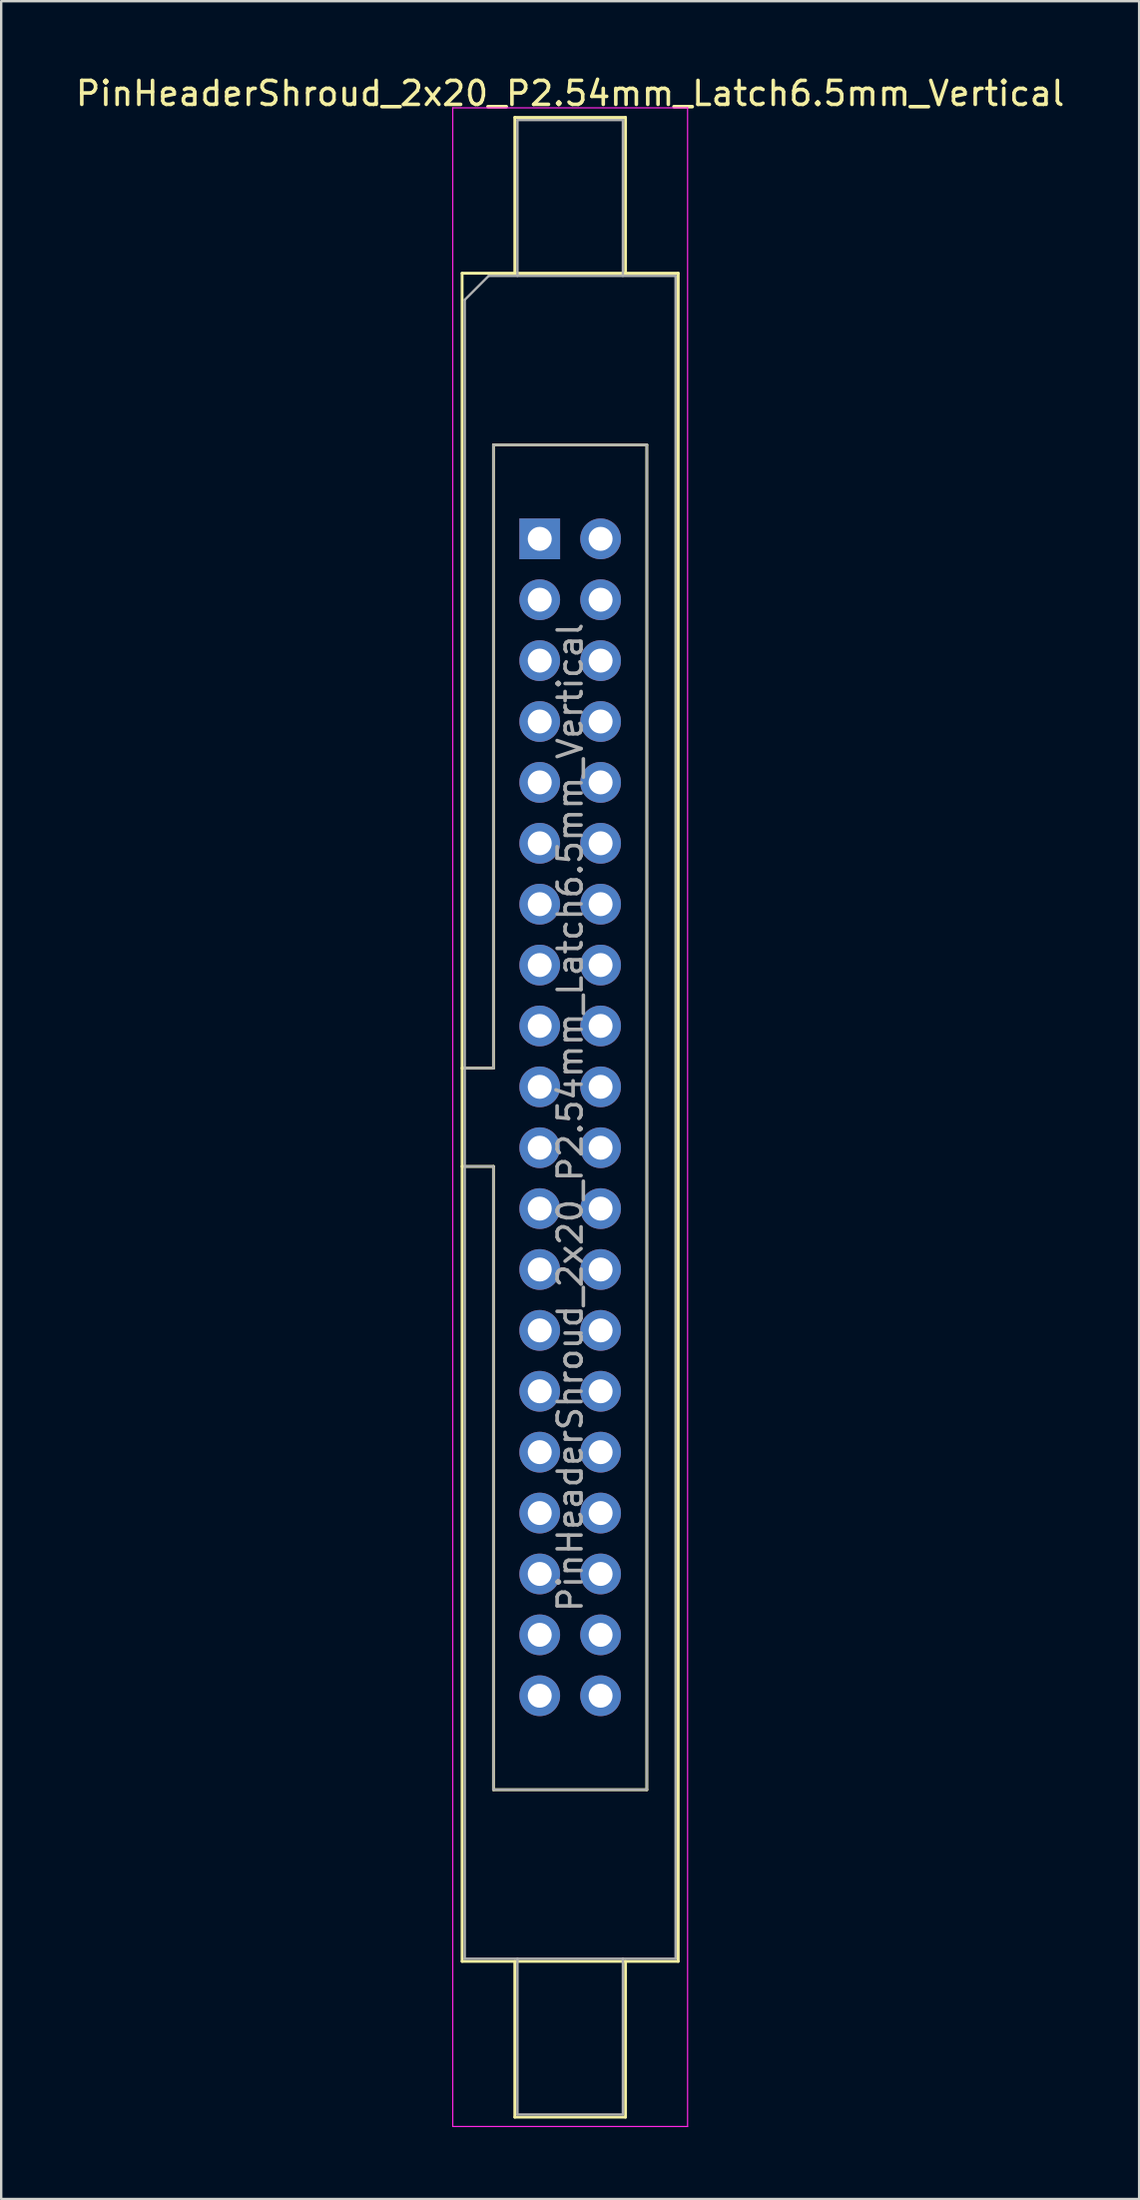
<source format=kicad_pcb>
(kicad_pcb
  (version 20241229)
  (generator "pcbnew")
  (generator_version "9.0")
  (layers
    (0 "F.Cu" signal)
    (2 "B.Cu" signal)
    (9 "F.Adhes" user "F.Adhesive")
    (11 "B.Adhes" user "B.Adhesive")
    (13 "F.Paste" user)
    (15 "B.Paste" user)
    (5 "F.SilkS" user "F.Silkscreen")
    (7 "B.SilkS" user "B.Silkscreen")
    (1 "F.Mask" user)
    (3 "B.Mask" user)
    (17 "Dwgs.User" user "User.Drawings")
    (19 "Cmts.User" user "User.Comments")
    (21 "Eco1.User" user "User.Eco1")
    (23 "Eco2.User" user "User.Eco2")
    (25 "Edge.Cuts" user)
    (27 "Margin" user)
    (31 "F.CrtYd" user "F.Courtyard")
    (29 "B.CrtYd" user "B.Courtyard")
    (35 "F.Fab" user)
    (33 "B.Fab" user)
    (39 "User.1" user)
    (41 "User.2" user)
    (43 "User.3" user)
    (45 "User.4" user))
  (footprint "PinHeaderShroud_2x20_P2.54mm_Latch6.5mm_Vertical"
    (layer "F.Cu")
    (at 19.474 19.428)
    (property "Reference" "PinHeaderShroud_2x20_P2.54mm_Latch6.5mm_Vertical" (at 1.27 -18.58 0) (layer "F.SilkS") (effects (font (size 1 1) (thickness 0.15))))
    (attr through_hole)
    (fp_line (start -3.24 -11.08) (end 5.78 -11.08) (stroke (width 0.12) (type solid)) (layer "F.SilkS"))
    (fp_line (start -3.24 22.08) (end -1.93 22.08) (stroke (width 0.12) (type solid)) (layer "F.SilkS"))
    (fp_line (start -3.24 26.18) (end -1.93 26.18) (stroke (width 0.12) (type solid)) (layer "F.SilkS"))
    (fp_line (start -3.24 59.34) (end -3.24 -11.08) (stroke (width 0.12) (type solid)) (layer "F.SilkS"))
    (fp_line (start -1.93 -3.92) (end 4.47 -3.92) (stroke (width 0.12) (type solid)) (layer "F.SilkS"))
    (fp_line (start -1.93 22.08) (end -1.93 -3.92) (stroke (width 0.12) (type solid)) (layer "F.SilkS"))
    (fp_line (start -1.93 52.18) (end -1.93 26.18) (stroke (width 0.12) (type solid)) (layer "F.SilkS"))
    (fp_line (start -1.04 -17.58) (end 3.58 -17.58) (stroke (width 0.12) (type solid)) (layer "F.SilkS"))
    (fp_line (start -1.04 -11.08) (end -1.04 -17.58) (stroke (width 0.12) (type solid)) (layer "F.SilkS"))
    (fp_line (start -1.04 59.34) (end -1.04 65.84) (stroke (width 0.12) (type solid)) (layer "F.SilkS"))
    (fp_line (start -1.04 65.84) (end 3.58 65.84) (stroke (width 0.12) (type solid)) (layer "F.SilkS"))
    (fp_line (start 3.58 -17.58) (end 3.58 -11.08) (stroke (width 0.12) (type solid)) (layer "F.SilkS"))
    (fp_line (start 3.58 65.84) (end 3.58 59.34) (stroke (width 0.12) (type solid)) (layer "F.SilkS"))
    (fp_line (start 4.47 -3.92) (end 4.47 52.18) (stroke (width 0.12) (type solid)) (layer "F.SilkS"))
    (fp_line (start 4.47 52.18) (end -1.93 52.18) (stroke (width 0.12) (type solid)) (layer "F.SilkS"))
    (fp_line (start 5.78 -11.08) (end 5.78 59.34) (stroke (width 0.12) (type solid)) (layer "F.SilkS"))
    (fp_line (start 5.78 59.34) (end -3.24 59.34) (stroke (width 0.12) (type solid)) (layer "F.SilkS"))
    (fp_line (start -3.63 -17.98) (end -3.63 66.23) (stroke (width 0.05) (type solid)) (layer "F.CrtYd"))
    (fp_line (start -3.63 66.23) (end 6.17 66.23) (stroke (width 0.05) (type solid)) (layer "F.CrtYd"))
    (fp_line (start 6.17 -17.98) (end -3.63 -17.98) (stroke (width 0.05) (type solid)) (layer "F.CrtYd"))
    (fp_line (start 6.17 66.23) (end 6.17 -17.98) (stroke (width 0.05) (type solid)) (layer "F.CrtYd"))
    (fp_line (start -3.13 -9.97) (end -2.13 -10.97) (stroke (width 0.1) (type solid)) (layer "F.Fab"))
    (fp_line (start -3.13 22.08) (end -1.93 22.08) (stroke (width 0.1) (type solid)) (layer "F.Fab"))
    (fp_line (start -3.13 26.18) (end -1.93 26.18) (stroke (width 0.1) (type solid)) (layer "F.Fab"))
    (fp_line (start -3.13 59.23) (end -3.13 -9.97) (stroke (width 0.1) (type solid)) (layer "F.Fab"))
    (fp_line (start -2.13 -10.97) (end 5.67 -10.97) (stroke (width 0.1) (type solid)) (layer "F.Fab"))
    (fp_line (start -1.93 -3.92) (end 4.47 -3.92) (stroke (width 0.1) (type solid)) (layer "F.Fab"))
    (fp_line (start -1.93 22.08) (end -1.93 -3.92) (stroke (width 0.1) (type solid)) (layer "F.Fab"))
    (fp_line (start -1.93 52.18) (end -1.93 26.18) (stroke (width 0.1) (type solid)) (layer "F.Fab"))
    (fp_line (start -0.93 -17.47) (end 3.47 -17.47) (stroke (width 0.1) (type solid)) (layer "F.Fab"))
    (fp_line (start -0.93 -10.97) (end -0.93 -17.47) (stroke (width 0.1) (type solid)) (layer "F.Fab"))
    (fp_line (start -0.93 59.23) (end -0.93 65.73) (stroke (width 0.1) (type solid)) (layer "F.Fab"))
    (fp_line (start -0.93 65.73) (end 3.47 65.73) (stroke (width 0.1) (type solid)) (layer "F.Fab"))
    (fp_line (start 3.47 -17.47) (end 3.47 -10.97) (stroke (width 0.1) (type solid)) (layer "F.Fab"))
    (fp_line (start 3.47 65.73) (end 3.47 59.23) (stroke (width 0.1) (type solid)) (layer "F.Fab"))
    (fp_line (start 4.47 -3.92) (end 4.47 52.18) (stroke (width 0.1) (type solid)) (layer "F.Fab"))
    (fp_line (start 4.47 52.18) (end -1.93 52.18) (stroke (width 0.1) (type solid)) (layer "F.Fab"))
    (fp_line (start 5.67 -10.97) (end 5.67 59.23) (stroke (width 0.1) (type solid)) (layer "F.Fab"))
    (fp_line (start 5.67 59.23) (end -3.13 59.23) (stroke (width 0.1) (type solid)) (layer "F.Fab"))
    (fp_text user "${REFERENCE}" (at 1.27 24.13 90) (layer "F.Fab") (effects (font (size 1 1) (thickness 0.15))))
    (pad "1" thru_hole rect (at 0 0) (size 1.7 1.7) (drill 1) (layers "*.Cu" "*.Mask"))
    (pad "2" thru_hole circle (at 2.54 0) (size 1.7 1.7) (drill 1) (layers "*.Cu" "*.Mask"))
    (pad "3" thru_hole circle (at 0 2.54) (size 1.7 1.7) (drill 1) (layers "*.Cu" "*.Mask"))
    (pad "4" thru_hole circle (at 2.54 2.54) (size 1.7 1.7) (drill 1) (layers "*.Cu" "*.Mask"))
    (pad "5" thru_hole circle (at 0 5.08) (size 1.7 1.7) (drill 1) (layers "*.Cu" "*.Mask"))
    (pad "6" thru_hole circle (at 2.54 5.08) (size 1.7 1.7) (drill 1) (layers "*.Cu" "*.Mask"))
    (pad "7" thru_hole circle (at 0 7.62) (size 1.7 1.7) (drill 1) (layers "*.Cu" "*.Mask"))
    (pad "8" thru_hole circle (at 2.54 7.62) (size 1.7 1.7) (drill 1) (layers "*.Cu" "*.Mask"))
    (pad "9" thru_hole circle (at 0 10.16) (size 1.7 1.7) (drill 1) (layers "*.Cu" "*.Mask"))
    (pad "10" thru_hole circle (at 2.54 10.16) (size 1.7 1.7) (drill 1) (layers "*.Cu" "*.Mask"))
    (pad "11" thru_hole circle (at 0 12.7) (size 1.7 1.7) (drill 1) (layers "*.Cu" "*.Mask"))
    (pad "12" thru_hole circle (at 2.54 12.7) (size 1.7 1.7) (drill 1) (layers "*.Cu" "*.Mask"))
    (pad "13" thru_hole circle (at 0 15.24) (size 1.7 1.7) (drill 1) (layers "*.Cu" "*.Mask"))
    (pad "14" thru_hole circle (at 2.54 15.24) (size 1.7 1.7) (drill 1) (layers "*.Cu" "*.Mask"))
    (pad "15" thru_hole circle (at 0 17.78) (size 1.7 1.7) (drill 1) (layers "*.Cu" "*.Mask"))
    (pad "16" thru_hole circle (at 2.54 17.78) (size 1.7 1.7) (drill 1) (layers "*.Cu" "*.Mask"))
    (pad "17" thru_hole circle (at 0 20.32) (size 1.7 1.7) (drill 1) (layers "*.Cu" "*.Mask"))
    (pad "18" thru_hole circle (at 2.54 20.32) (size 1.7 1.7) (drill 1) (layers "*.Cu" "*.Mask"))
    (pad "19" thru_hole circle (at 0 22.86) (size 1.7 1.7) (drill 1) (layers "*.Cu" "*.Mask"))
    (pad "20" thru_hole circle (at 2.54 22.86) (size 1.7 1.7) (drill 1) (layers "*.Cu" "*.Mask"))
    (pad "21" thru_hole circle (at 0 25.4) (size 1.7 1.7) (drill 1) (layers "*.Cu" "*.Mask"))
    (pad "22" thru_hole circle (at 2.54 25.4) (size 1.7 1.7) (drill 1) (layers "*.Cu" "*.Mask"))
    (pad "23" thru_hole circle (at 0 27.94) (size 1.7 1.7) (drill 1) (layers "*.Cu" "*.Mask"))
    (pad "24" thru_hole circle (at 2.54 27.94) (size 1.7 1.7) (drill 1) (layers "*.Cu" "*.Mask"))
    (pad "25" thru_hole circle (at 0 30.48) (size 1.7 1.7) (drill 1) (layers "*.Cu" "*.Mask"))
    (pad "26" thru_hole circle (at 2.54 30.48) (size 1.7 1.7) (drill 1) (layers "*.Cu" "*.Mask"))
    (pad "27" thru_hole circle (at 0 33.02) (size 1.7 1.7) (drill 1) (layers "*.Cu" "*.Mask"))
    (pad "28" thru_hole circle (at 2.54 33.02) (size 1.7 1.7) (drill 1) (layers "*.Cu" "*.Mask"))
    (pad "29" thru_hole circle (at 0 35.56) (size 1.7 1.7) (drill 1) (layers "*.Cu" "*.Mask"))
    (pad "30" thru_hole circle (at 2.54 35.56) (size 1.7 1.7) (drill 1) (layers "*.Cu" "*.Mask"))
    (pad "31" thru_hole circle (at 0 38.1) (size 1.7 1.7) (drill 1) (layers "*.Cu" "*.Mask"))
    (pad "32" thru_hole circle (at 2.54 38.1) (size 1.7 1.7) (drill 1) (layers "*.Cu" "*.Mask"))
    (pad "33" thru_hole circle (at 0 40.64) (size 1.7 1.7) (drill 1) (layers "*.Cu" "*.Mask"))
    (pad "34" thru_hole circle (at 2.54 40.64) (size 1.7 1.7) (drill 1) (layers "*.Cu" "*.Mask"))
    (pad "35" thru_hole circle (at 0 43.18) (size 1.7 1.7) (drill 1) (layers "*.Cu" "*.Mask"))
    (pad "36" thru_hole circle (at 2.54 43.18) (size 1.7 1.7) (drill 1) (layers "*.Cu" "*.Mask"))
    (pad "37" thru_hole circle (at 0 45.72) (size 1.7 1.7) (drill 1) (layers "*.Cu" "*.Mask"))
    (pad "38" thru_hole circle (at 2.54 45.72) (size 1.7 1.7) (drill 1) (layers "*.Cu" "*.Mask"))
    (pad "39" thru_hole circle (at 0 48.26) (size 1.7 1.7) (drill 1) (layers "*.Cu" "*.Mask"))
    (pad "40" thru_hole circle (at 2.54 48.26) (size 1.7 1.7) (drill 1) (layers "*.Cu" "*.Mask")))
  (gr_rect
    (start -3 -3)
    (end 44.488 88.683)
    (stroke (width 0.1) (type default))
    (fill no)
    (layer "Edge.Cuts")))
</source>
